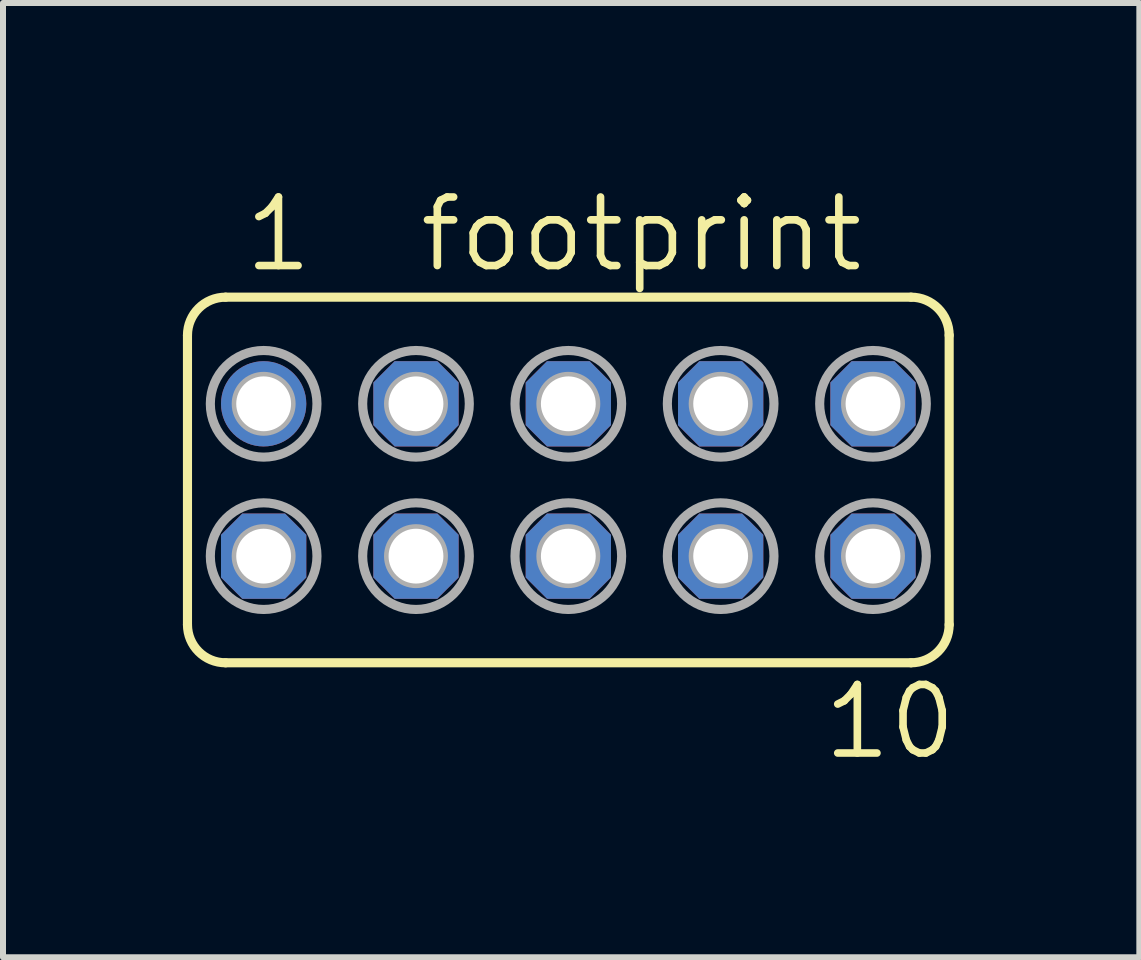
<source format=kicad_pcb>
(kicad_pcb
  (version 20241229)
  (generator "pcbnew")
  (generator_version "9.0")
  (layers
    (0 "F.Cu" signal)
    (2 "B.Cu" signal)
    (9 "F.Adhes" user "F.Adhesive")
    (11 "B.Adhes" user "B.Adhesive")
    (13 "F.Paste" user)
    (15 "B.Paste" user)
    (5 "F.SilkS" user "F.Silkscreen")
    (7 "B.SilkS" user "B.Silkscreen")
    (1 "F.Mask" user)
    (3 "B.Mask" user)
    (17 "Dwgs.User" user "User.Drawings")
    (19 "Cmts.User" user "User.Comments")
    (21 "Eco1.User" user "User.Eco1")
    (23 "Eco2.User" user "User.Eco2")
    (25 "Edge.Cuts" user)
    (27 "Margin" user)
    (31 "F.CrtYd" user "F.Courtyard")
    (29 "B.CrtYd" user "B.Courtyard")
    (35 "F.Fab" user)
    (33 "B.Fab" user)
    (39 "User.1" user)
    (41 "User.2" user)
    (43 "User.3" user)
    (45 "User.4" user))
  (footprint "footprint"
    (layer "F.Cu")
    (at 6.426 4.953)
    (property "Reference" "footprint" (at -2.54 -3.429 0) (layer "F.SilkS") (effects (font (size 1.143 1.143) (thickness 0.127)) (justify left bottom)))
    (fp_line (start -6.35 2.413) (end -6.35 -2.413) (stroke (width 0.152) (type solid)) (layer "F.SilkS"))
    (fp_line (start -5.715 -3.048) (end 5.715 -3.048) (stroke (width 0.152) (type solid)) (layer "F.SilkS"))
    (fp_line (start -5.715 3.048) (end 5.715 3.048) (stroke (width 0.152) (type solid)) (layer "F.SilkS"))
    (fp_line (start 6.35 2.413) (end 6.35 -2.413) (stroke (width 0.152) (type solid)) (layer "F.SilkS"))
    (fp_arc (start -6.35 -2.413) (mid -6.164013 -2.862013) (end -5.715 -3.048) (stroke (width 0.1524) (type solid)) (layer "F.SilkS"))
    (fp_arc (start -5.715 3.048) (mid -6.164013 2.862013) (end -6.35 2.413) (stroke (width 0.1524) (type solid)) (layer "F.SilkS"))
    (fp_arc (start 5.715 -3.048) (mid 6.164013 -2.862013) (end 6.35 -2.413) (stroke (width 0.1524) (type solid)) (layer "F.SilkS"))
    (fp_arc (start 6.35 2.413) (mid 6.164013 2.862013) (end 5.715 3.048) (stroke (width 0.1524) (type solid)) (layer "F.SilkS"))
    (fp_circle (center -5.08 -1.27) (end -4.953 -1.27) (stroke (width 0.406) (type solid)) (fill no) (layer "F.Fab"))
    (fp_circle (center -5.08 -1.27) (end -4.191 -1.27) (stroke (width 0.152) (type solid)) (fill no) (layer "F.Fab"))
    (fp_circle (center -5.08 1.27) (end -4.953 1.27) (stroke (width 0.406) (type solid)) (fill no) (layer "F.Fab"))
    (fp_circle (center -5.08 1.27) (end -4.191 1.27) (stroke (width 0.152) (type solid)) (fill no) (layer "F.Fab"))
    (fp_circle (center -2.54 -1.27) (end -2.413 -1.27) (stroke (width 0.406) (type solid)) (fill no) (layer "F.Fab"))
    (fp_circle (center -2.54 -1.27) (end -1.651 -1.27) (stroke (width 0.152) (type solid)) (fill no) (layer "F.Fab"))
    (fp_circle (center -2.54 1.27) (end -2.413 1.27) (stroke (width 0.406) (type solid)) (fill no) (layer "F.Fab"))
    (fp_circle (center -2.54 1.27) (end -1.651 1.27) (stroke (width 0.152) (type solid)) (fill no) (layer "F.Fab"))
    (fp_circle (center 0 -1.27) (end 0.127 -1.27) (stroke (width 0.406) (type solid)) (fill no) (layer "F.Fab"))
    (fp_circle (center 0 -1.27) (end 0.889 -1.27) (stroke (width 0.152) (type solid)) (fill no) (layer "F.Fab"))
    (fp_circle (center 0 1.27) (end 0.127 1.27) (stroke (width 0.406) (type solid)) (fill no) (layer "F.Fab"))
    (fp_circle (center 0 1.27) (end 0.889 1.27) (stroke (width 0.152) (type solid)) (fill no) (layer "F.Fab"))
    (fp_circle (center 2.54 -1.27) (end 2.667 -1.27) (stroke (width 0.406) (type solid)) (fill no) (layer "F.Fab"))
    (fp_circle (center 2.54 -1.27) (end 3.429 -1.27) (stroke (width 0.152) (type solid)) (fill no) (layer "F.Fab"))
    (fp_circle (center 2.54 1.27) (end 2.667 1.27) (stroke (width 0.406) (type solid)) (fill no) (layer "F.Fab"))
    (fp_circle (center 2.54 1.27) (end 3.429 1.27) (stroke (width 0.152) (type solid)) (fill no) (layer "F.Fab"))
    (fp_circle (center 5.08 -1.27) (end 5.207 -1.27) (stroke (width 0.406) (type solid)) (fill no) (layer "F.Fab"))
    (fp_circle (center 5.08 -1.27) (end 5.969 -1.27) (stroke (width 0.152) (type solid)) (fill no) (layer "F.Fab"))
    (fp_circle (center 5.08 1.27) (end 5.207 1.27) (stroke (width 0.406) (type solid)) (fill no) (layer "F.Fab"))
    (fp_circle (center 5.08 1.27) (end 5.969 1.27) (stroke (width 0.152) (type solid)) (fill no) (layer "F.Fab"))
    (fp_text user "1" (at -5.461 -3.429 0) (layer "F.SilkS") (effects (font (size 1.143 1.143) (thickness 0.127)) (justify left bottom)))
    (fp_text user "10" (at 4.191 4.699 0) (layer "F.SilkS") (effects (font (size 1.143 1.143) (thickness 0.127)) (justify left bottom)))
    (pad "1" thru_hole circle (at -5.08 -1.27) (size 1.422 1.422) (drill 0.914) (layers "*.Cu" "*.Mask"))
    (pad "2" thru_hole roundrect (at -5.08 1.27) (size 1.422 1.422) (drill 0.914) (layers "*.Cu" "*.Mask") (roundrect_rratio 0.25) (chamfer_ratio 0.25) (chamfer top_left top_right bottom_left bottom_right))
    (pad "3" thru_hole roundrect (at -2.54 -1.27) (size 1.422 1.422) (drill 0.914) (layers "*.Cu" "*.Mask") (roundrect_rratio 0.25) (chamfer_ratio 0.25) (chamfer top_left top_right bottom_left bottom_right))
    (pad "4" thru_hole roundrect (at -2.54 1.27) (size 1.422 1.422) (drill 0.914) (layers "*.Cu" "*.Mask") (roundrect_rratio 0.25) (chamfer_ratio 0.25) (chamfer top_left top_right bottom_left bottom_right))
    (pad "5" thru_hole roundrect (at 0 -1.27) (size 1.422 1.422) (drill 0.914) (layers "*.Cu" "*.Mask") (roundrect_rratio 0.25) (chamfer_ratio 0.25) (chamfer top_left top_right bottom_left bottom_right))
    (pad "6" thru_hole roundrect (at 0 1.27) (size 1.422 1.422) (drill 0.914) (layers "*.Cu" "*.Mask") (roundrect_rratio 0.25) (chamfer_ratio 0.25) (chamfer top_left top_right bottom_left bottom_right))
    (pad "7" thru_hole roundrect (at 2.54 -1.27) (size 1.422 1.422) (drill 0.914) (layers "*.Cu" "*.Mask") (roundrect_rratio 0.25) (chamfer_ratio 0.25) (chamfer top_left top_right bottom_left bottom_right))
    (pad "8" thru_hole roundrect (at 2.54 1.27) (size 1.422 1.422) (drill 0.914) (layers "*.Cu" "*.Mask") (roundrect_rratio 0.25) (chamfer_ratio 0.25) (chamfer top_left top_right bottom_left bottom_right))
    (pad "9" thru_hole roundrect (at 5.08 -1.27) (size 1.422 1.422) (drill 0.914) (layers "*.Cu" "*.Mask") (roundrect_rratio 0.25) (chamfer_ratio 0.25) (chamfer top_left top_right bottom_left bottom_right))
    (pad "10" thru_hole roundrect (at 5.08 1.27) (size 1.422 1.422) (drill 0.914) (layers "*.Cu" "*.Mask") (roundrect_rratio 0.25) (chamfer_ratio 0.25) (chamfer top_left top_right bottom_left bottom_right)))
  (gr_rect
    (start -3 -3)
    (end 15.947 12.911)
    (stroke (width 0.1) (type default))
    (fill no)
    (layer "Edge.Cuts")))
</source>
